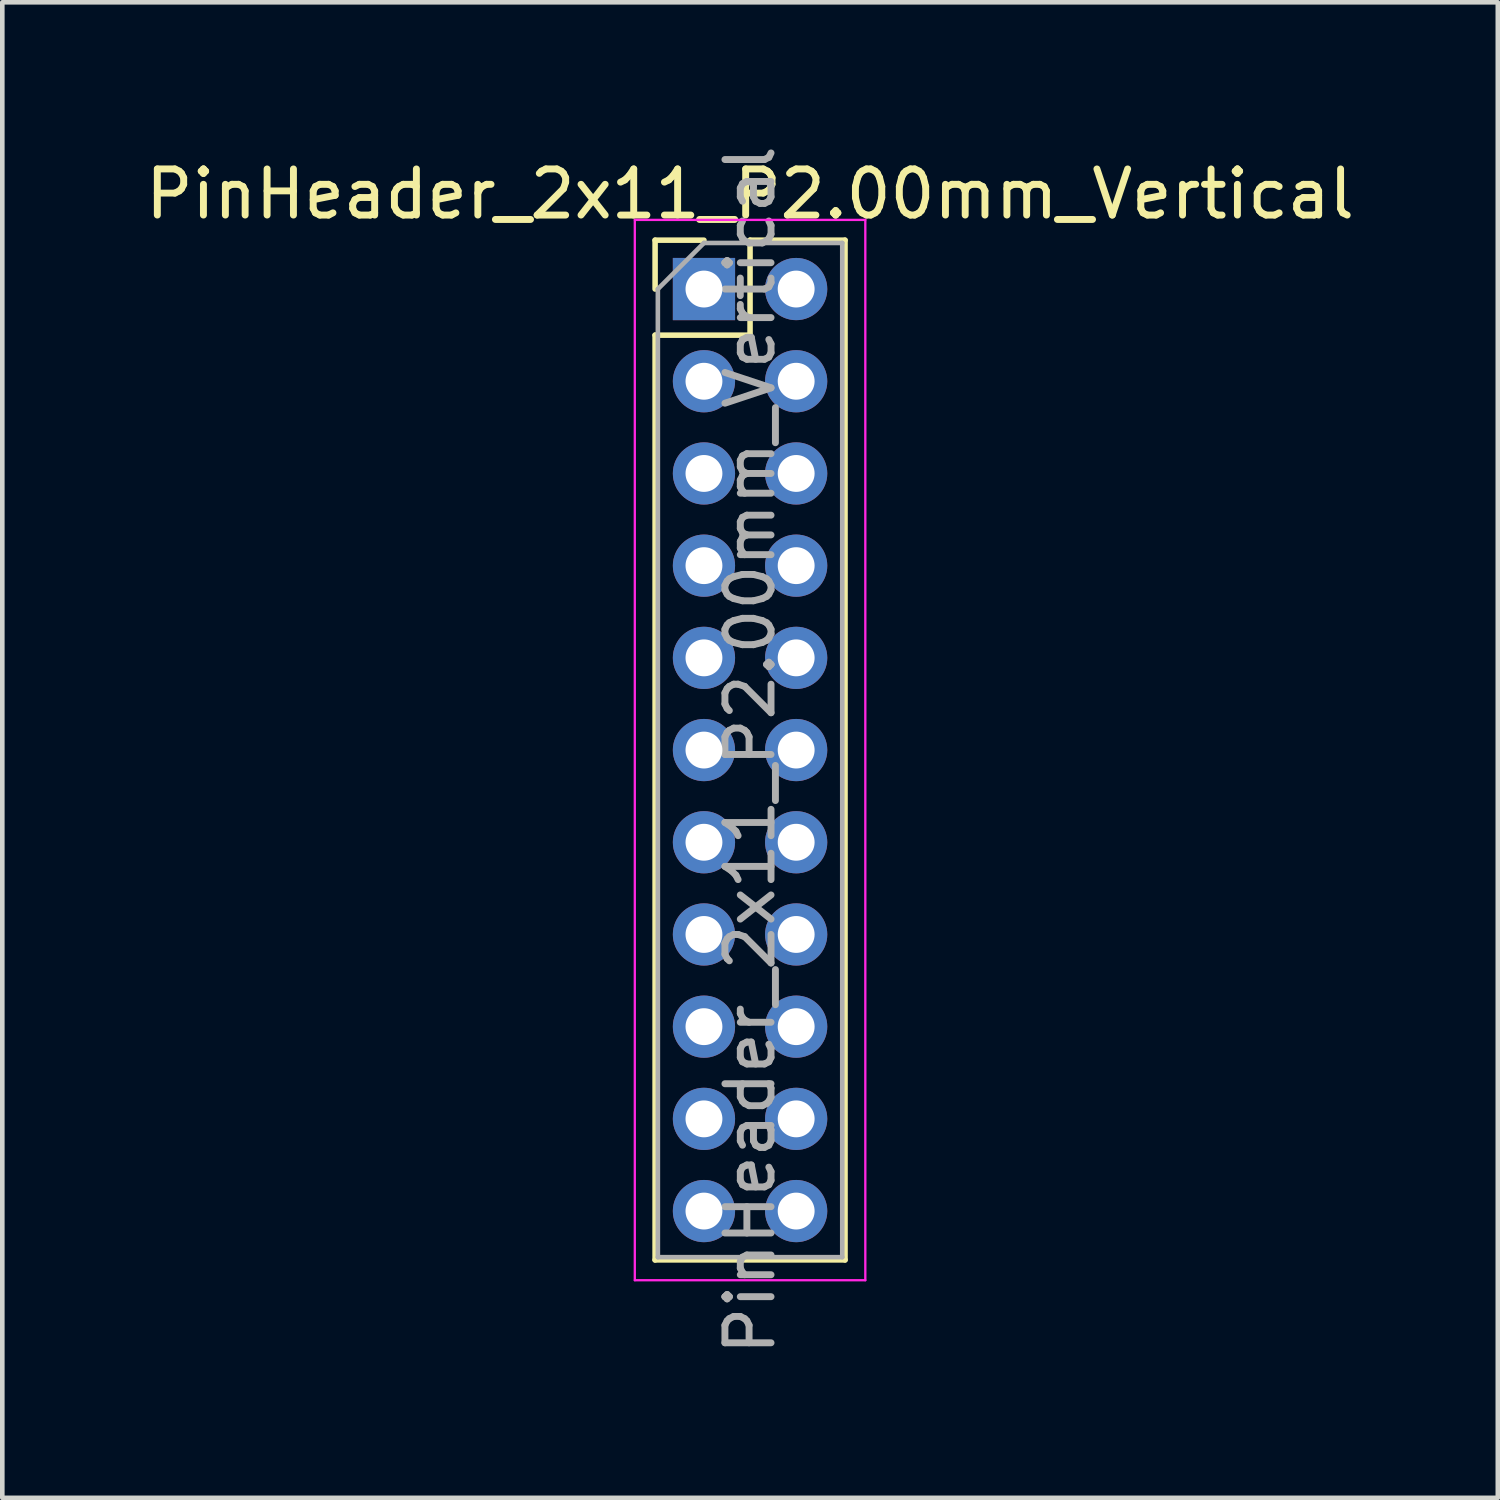
<source format=kicad_pcb>
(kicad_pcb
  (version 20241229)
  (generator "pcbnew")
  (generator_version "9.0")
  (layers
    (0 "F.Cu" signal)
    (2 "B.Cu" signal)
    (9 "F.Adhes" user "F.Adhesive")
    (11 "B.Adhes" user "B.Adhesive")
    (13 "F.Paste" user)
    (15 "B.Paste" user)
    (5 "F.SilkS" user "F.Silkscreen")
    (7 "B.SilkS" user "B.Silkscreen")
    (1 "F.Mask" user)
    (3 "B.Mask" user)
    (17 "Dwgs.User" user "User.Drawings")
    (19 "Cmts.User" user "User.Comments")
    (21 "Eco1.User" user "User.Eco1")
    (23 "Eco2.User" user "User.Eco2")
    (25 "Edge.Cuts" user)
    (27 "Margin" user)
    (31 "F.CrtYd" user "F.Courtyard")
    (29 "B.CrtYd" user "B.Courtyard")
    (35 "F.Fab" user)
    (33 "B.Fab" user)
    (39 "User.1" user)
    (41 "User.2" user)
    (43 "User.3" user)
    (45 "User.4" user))
  (footprint "PinHeader_2x11_P2.00mm_Vertical"
    (layer "F.Cu")
    (at 12.22 3.22)
    (property "Reference" "PinHeader_2x11_P2.00mm_Vertical" (at 1 -2.06 0) (layer "F.SilkS") (effects (font (size 1 1) (thickness 0.15))))
    (attr through_hole)
    (fp_line (start -1.06 -1.06) (end 0 -1.06) (stroke (width 0.12) (type solid)) (layer "F.SilkS"))
    (fp_line (start -1.06 0) (end -1.06 -1.06) (stroke (width 0.12) (type solid)) (layer "F.SilkS"))
    (fp_line (start -1.06 1) (end -1.06 21.06) (stroke (width 0.12) (type solid)) (layer "F.SilkS"))
    (fp_line (start -1.06 1) (end 1 1) (stroke (width 0.12) (type solid)) (layer "F.SilkS"))
    (fp_line (start -1.06 21.06) (end 3.06 21.06) (stroke (width 0.12) (type solid)) (layer "F.SilkS"))
    (fp_line (start 1 -1.06) (end 3.06 -1.06) (stroke (width 0.12) (type solid)) (layer "F.SilkS"))
    (fp_line (start 1 1) (end 1 -1.06) (stroke (width 0.12) (type solid)) (layer "F.SilkS"))
    (fp_line (start 3.06 -1.06) (end 3.06 21.06) (stroke (width 0.12) (type solid)) (layer "F.SilkS"))
    (fp_line (start -1.5 -1.5) (end -1.5 21.5) (stroke (width 0.05) (type solid)) (layer "F.CrtYd"))
    (fp_line (start -1.5 21.5) (end 3.5 21.5) (stroke (width 0.05) (type solid)) (layer "F.CrtYd"))
    (fp_line (start 3.5 -1.5) (end -1.5 -1.5) (stroke (width 0.05) (type solid)) (layer "F.CrtYd"))
    (fp_line (start 3.5 21.5) (end 3.5 -1.5) (stroke (width 0.05) (type solid)) (layer "F.CrtYd"))
    (fp_line (start -1 0) (end 0 -1) (stroke (width 0.1) (type solid)) (layer "F.Fab"))
    (fp_line (start -1 21) (end -1 0) (stroke (width 0.1) (type solid)) (layer "F.Fab"))
    (fp_line (start 0 -1) (end 3 -1) (stroke (width 0.1) (type solid)) (layer "F.Fab"))
    (fp_line (start 3 -1) (end 3 21) (stroke (width 0.1) (type solid)) (layer "F.Fab"))
    (fp_line (start 3 21) (end -1 21) (stroke (width 0.1) (type solid)) (layer "F.Fab"))
    (fp_text user "${REFERENCE}" (at 1 10 90) (layer "F.Fab") (effects (font (size 1 1) (thickness 0.15))))
    (pad "1" thru_hole rect (at 0 0) (size 1.35 1.35) (drill 0.8) (layers "*.Cu" "*.Mask"))
    (pad "2" thru_hole oval (at 2 0) (size 1.35 1.35) (drill 0.8) (layers "*.Cu" "*.Mask"))
    (pad "3" thru_hole oval (at 0 2) (size 1.35 1.35) (drill 0.8) (layers "*.Cu" "*.Mask"))
    (pad "4" thru_hole oval (at 2 2) (size 1.35 1.35) (drill 0.8) (layers "*.Cu" "*.Mask"))
    (pad "5" thru_hole oval (at 0 4) (size 1.35 1.35) (drill 0.8) (layers "*.Cu" "*.Mask"))
    (pad "6" thru_hole oval (at 2 4) (size 1.35 1.35) (drill 0.8) (layers "*.Cu" "*.Mask"))
    (pad "7" thru_hole oval (at 0 6) (size 1.35 1.35) (drill 0.8) (layers "*.Cu" "*.Mask"))
    (pad "8" thru_hole oval (at 2 6) (size 1.35 1.35) (drill 0.8) (layers "*.Cu" "*.Mask"))
    (pad "9" thru_hole oval (at 0 8) (size 1.35 1.35) (drill 0.8) (layers "*.Cu" "*.Mask"))
    (pad "10" thru_hole oval (at 2 8) (size 1.35 1.35) (drill 0.8) (layers "*.Cu" "*.Mask"))
    (pad "11" thru_hole oval (at 0 10) (size 1.35 1.35) (drill 0.8) (layers "*.Cu" "*.Mask"))
    (pad "12" thru_hole oval (at 2 10) (size 1.35 1.35) (drill 0.8) (layers "*.Cu" "*.Mask"))
    (pad "13" thru_hole oval (at 0 12) (size 1.35 1.35) (drill 0.8) (layers "*.Cu" "*.Mask"))
    (pad "14" thru_hole oval (at 2 12) (size 1.35 1.35) (drill 0.8) (layers "*.Cu" "*.Mask"))
    (pad "15" thru_hole oval (at 0 14) (size 1.35 1.35) (drill 0.8) (layers "*.Cu" "*.Mask"))
    (pad "16" thru_hole oval (at 2 14) (size 1.35 1.35) (drill 0.8) (layers "*.Cu" "*.Mask"))
    (pad "17" thru_hole oval (at 0 16) (size 1.35 1.35) (drill 0.8) (layers "*.Cu" "*.Mask"))
    (pad "18" thru_hole oval (at 2 16) (size 1.35 1.35) (drill 0.8) (layers "*.Cu" "*.Mask"))
    (pad "19" thru_hole oval (at 0 18) (size 1.35 1.35) (drill 0.8) (layers "*.Cu" "*.Mask"))
    (pad "20" thru_hole oval (at 2 18) (size 1.35 1.35) (drill 0.8) (layers "*.Cu" "*.Mask"))
    (pad "21" thru_hole oval (at 0 20) (size 1.35 1.35) (drill 0.8) (layers "*.Cu" "*.Mask"))
    (pad "22" thru_hole oval (at 2 20) (size 1.35 1.35) (drill 0.8) (layers "*.Cu" "*.Mask")))
  (gr_rect
    (start -3 -3)
    (end 29.44 29.44)
    (stroke (width 0.1) (type default))
    (fill no)
    (layer "Edge.Cuts")))
</source>
